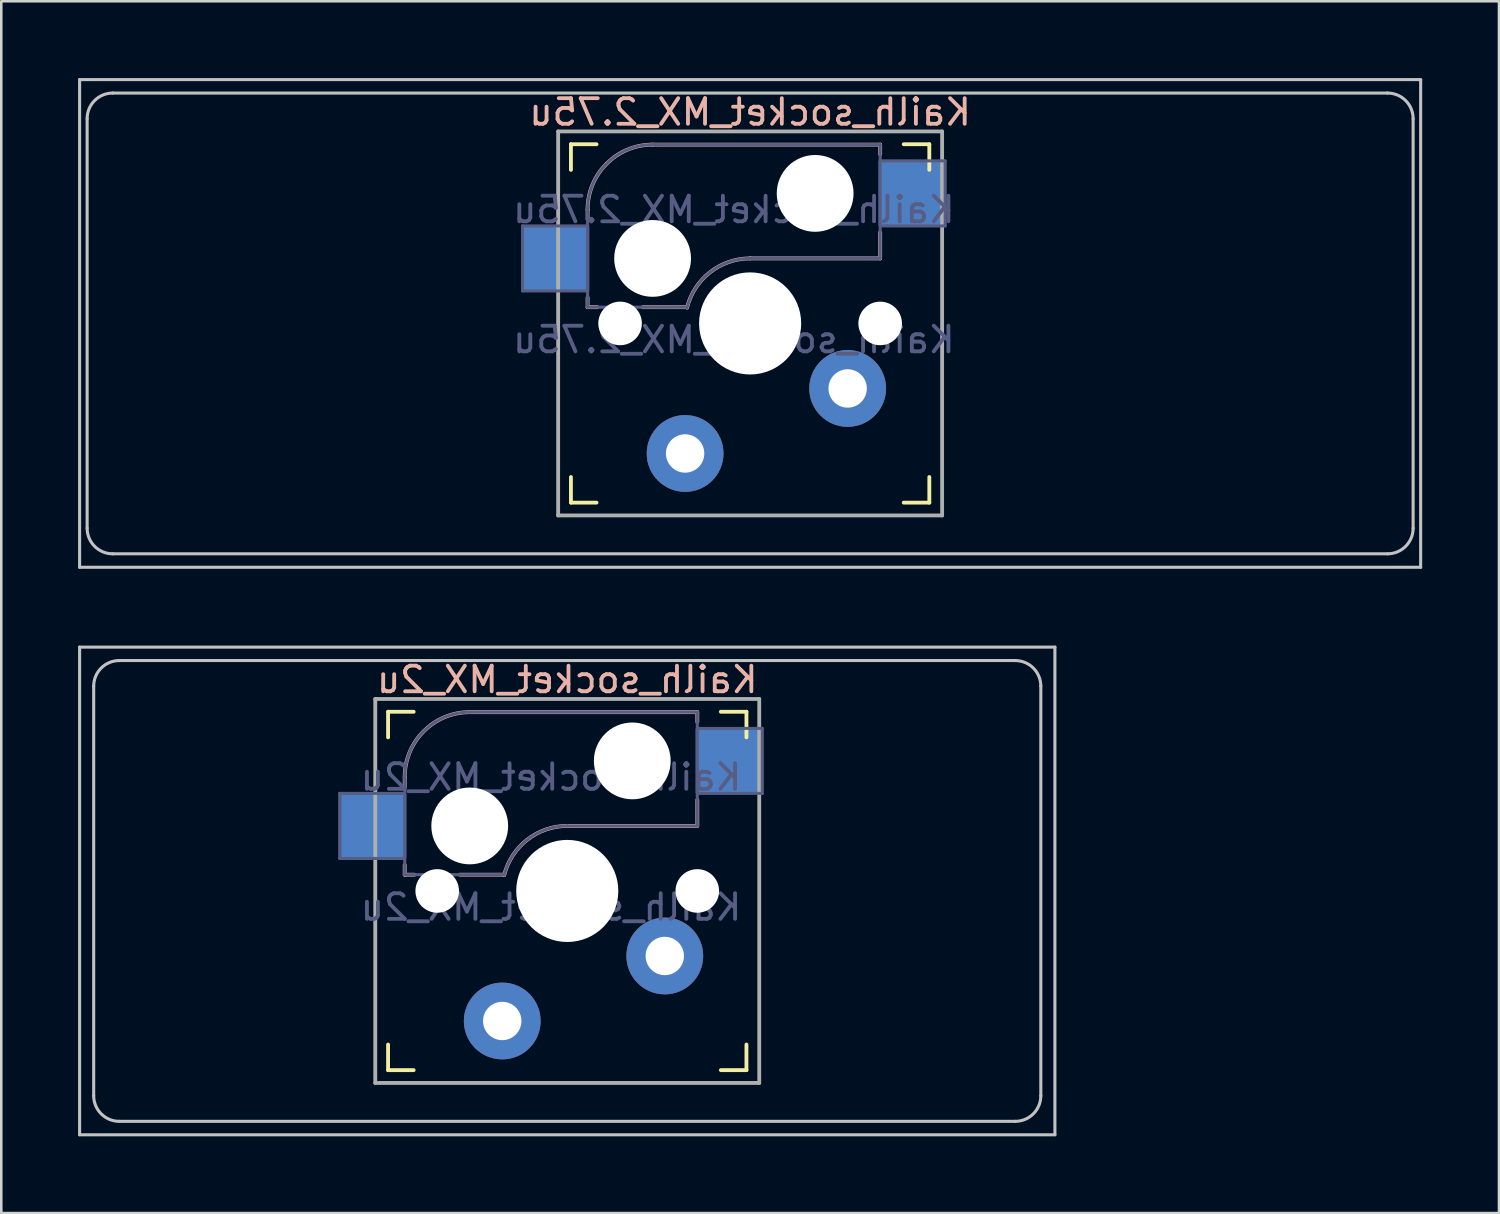
<source format=kicad_pcb>
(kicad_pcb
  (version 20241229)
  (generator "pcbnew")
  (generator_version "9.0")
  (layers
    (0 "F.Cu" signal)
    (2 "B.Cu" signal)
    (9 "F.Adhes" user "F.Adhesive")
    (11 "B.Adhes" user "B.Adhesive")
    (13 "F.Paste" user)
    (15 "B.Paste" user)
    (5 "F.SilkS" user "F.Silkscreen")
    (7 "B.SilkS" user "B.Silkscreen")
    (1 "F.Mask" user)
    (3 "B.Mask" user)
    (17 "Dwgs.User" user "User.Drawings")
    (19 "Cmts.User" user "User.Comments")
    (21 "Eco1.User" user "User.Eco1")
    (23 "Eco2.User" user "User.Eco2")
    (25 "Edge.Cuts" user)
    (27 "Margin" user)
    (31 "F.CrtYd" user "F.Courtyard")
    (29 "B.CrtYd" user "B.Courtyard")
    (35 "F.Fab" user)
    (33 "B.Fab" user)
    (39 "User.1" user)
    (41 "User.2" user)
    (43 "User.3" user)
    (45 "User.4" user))
  (footprint "Kailh_socket_MX_2u"
    (layer "F.Cu")
    (at 19.11 31.755)
    (property "Reference" "Kailh_socket_MX_2u" (at 0 -8.255 0) (layer "B.SilkS") (effects (font (size 1 1) (thickness 0.15)) (justify mirror)))
    (property "Value" "Kailh_socket_MX_2u" (at 0 8.255 0) (layer "F.Fab") (hide yes) (effects (font (size 1 1) (thickness 0.15))))
    (attr smd)
    (fp_line (start -7 -6) (end -7 -7) (stroke (width 0.15) (type solid)) (layer "F.SilkS"))
    (fp_line (start -7 7) (end -7 6) (stroke (width 0.15) (type solid)) (layer "F.SilkS"))
    (fp_line (start -7 7) (end -6 7) (stroke (width 0.15) (type solid)) (layer "F.SilkS"))
    (fp_line (start -6 -7) (end -7 -7) (stroke (width 0.15) (type solid)) (layer "F.SilkS"))
    (fp_line (start 6 7) (end 7 7) (stroke (width 0.15) (type solid)) (layer "F.SilkS"))
    (fp_line (start 7 -7) (end 6 -7) (stroke (width 0.15) (type solid)) (layer "F.SilkS"))
    (fp_line (start 7 -7) (end 7 -6) (stroke (width 0.15) (type solid)) (layer "F.SilkS"))
    (fp_line (start 7 6) (end 7 7) (stroke (width 0.15) (type solid)) (layer "F.SilkS"))
    (fp_line (start -6.35 -4.445) (end -6.35 -4.064) (stroke (width 0.15) (type solid)) (layer "B.SilkS"))
    (fp_line (start -6.35 -1.016) (end -6.35 -0.635) (stroke (width 0.15) (type solid)) (layer "B.SilkS"))
    (fp_line (start -5.969 -0.635) (end -6.35 -0.635) (stroke (width 0.15) (type solid)) (layer "B.SilkS"))
    (fp_line (start -3.81 -6.985) (end 5.08 -6.985) (stroke (width 0.15) (type solid)) (layer "B.SilkS"))
    (fp_line (start -2.464 -0.635) (end -4.191 -0.635) (stroke (width 0.15) (type solid)) (layer "B.SilkS"))
    (fp_line (start 5.08 -6.985) (end 5.08 -6.604) (stroke (width 0.15) (type solid)) (layer "B.SilkS"))
    (fp_line (start 5.08 -3.556) (end 5.08 -2.54) (stroke (width 0.15) (type solid)) (layer "B.SilkS"))
    (fp_line (start 5.08 -2.54) (end 0 -2.54) (stroke (width 0.15) (type solid)) (layer "B.SilkS"))
    (fp_arc (start -6.35 -4.445) (mid -5.606051 -6.241051) (end -3.81 -6.985) (stroke (width 0.15) (type solid)) (layer "B.SilkS"))
    (fp_arc (start -2.464162 -0.61604) (mid -1.563147 -2.002042) (end 0 -2.54) (stroke (width 0.15) (type solid)) (layer "B.SilkS"))
    (fp_line (start -19.05 -9.525) (end 19.05 -9.525) (stroke (width 0.12) (type solid)) (layer "Dwgs.User"))
    (fp_line (start -19.05 9.525) (end -19.05 -9.525) (stroke (width 0.12) (type solid)) (layer "Dwgs.User"))
    (fp_line (start -18.5 8) (end -18.5 -8) (stroke (width 0.12) (type solid)) (layer "Dwgs.User"))
    (fp_line (start -17.5 -9) (end 17.5 -9) (stroke (width 0.12) (type solid)) (layer "Dwgs.User"))
    (fp_line (start -17.5 9) (end 17.5 9) (stroke (width 0.12) (type solid)) (layer "Dwgs.User"))
    (fp_line (start 18.5 8) (end 18.5 -8) (stroke (width 0.12) (type solid)) (layer "Dwgs.User"))
    (fp_line (start 19.05 -9.525) (end 19.05 9.525) (stroke (width 0.12) (type solid)) (layer "Dwgs.User"))
    (fp_line (start 19.05 9.525) (end -19.05 9.525) (stroke (width 0.12) (type solid)) (layer "Dwgs.User"))
    (fp_arc (start -18.5 -8) (mid -18.207107 -8.707107) (end -17.5 -9) (stroke (width 0.12) (type solid)) (layer "Dwgs.User"))
    (fp_arc (start -17.5 9) (mid -18.207107 8.707107) (end -18.5 8) (stroke (width 0.12) (type solid)) (layer "Dwgs.User"))
    (fp_arc (start 17.5 -9) (mid 18.207107 -8.707107) (end 18.5 -8) (stroke (width 0.12) (type solid)) (layer "Dwgs.User"))
    (fp_arc (start 18.5 8) (mid 18.207107 8.707107) (end 17.5 9) (stroke (width 0.12) (type solid)) (layer "Dwgs.User"))
    (fp_line (start -6.9 6.9) (end -6.9 -6.9) (stroke (width 0.15) (type solid)) (layer "Eco2.User"))
    (fp_line (start -6.9 6.9) (end 6.9 6.9) (stroke (width 0.15) (type solid)) (layer "Eco2.User"))
    (fp_line (start 6.9 -6.9) (end -6.9 -6.9) (stroke (width 0.15) (type solid)) (layer "Eco2.User"))
    (fp_line (start 6.9 -6.9) (end 6.9 6.9) (stroke (width 0.15) (type solid)) (layer "Eco2.User"))
    (fp_line (start -8.89 -3.81) (end -6.35 -3.81) (stroke (width 0.12) (type solid)) (layer "B.Fab"))
    (fp_line (start -8.89 -1.27) (end -8.89 -3.81) (stroke (width 0.12) (type solid)) (layer "B.Fab"))
    (fp_line (start -6.35 -1.27) (end -8.89 -1.27) (stroke (width 0.12) (type solid)) (layer "B.Fab"))
    (fp_line (start -6.35 -0.635) (end -6.35 -4.445) (stroke (width 0.12) (type solid)) (layer "B.Fab"))
    (fp_line (start -6.35 -0.635) (end -2.54 -0.635) (stroke (width 0.12) (type solid)) (layer "B.Fab"))
    (fp_line (start -3.81 -6.985) (end 5.08 -6.985) (stroke (width 0.12) (type solid)) (layer "B.Fab"))
    (fp_line (start 5.08 -6.985) (end 5.08 -2.54) (stroke (width 0.12) (type solid)) (layer "B.Fab"))
    (fp_line (start 5.08 -6.35) (end 7.62 -6.35) (stroke (width 0.12) (type solid)) (layer "B.Fab"))
    (fp_line (start 5.08 -2.54) (end 0 -2.54) (stroke (width 0.12) (type solid)) (layer "B.Fab"))
    (fp_line (start 7.62 -6.35) (end 7.62 -3.81) (stroke (width 0.12) (type solid)) (layer "B.Fab"))
    (fp_line (start 7.62 -3.81) (end 5.08 -3.81) (stroke (width 0.12) (type solid)) (layer "B.Fab"))
    (fp_arc (start -6.35 -4.445) (mid -5.606051 -6.241051) (end -3.81 -6.985) (stroke (width 0.12) (type solid)) (layer "B.Fab"))
    (fp_arc (start -2.464162 -0.61604) (mid -1.563147 -2.002042) (end 0 -2.54) (stroke (width 0.12) (type solid)) (layer "B.Fab"))
    (fp_line (start -7.5 -7.5) (end 7.5 -7.5) (stroke (width 0.15) (type solid)) (layer "F.Fab"))
    (fp_line (start -7.5 7.5) (end -7.5 -7.5) (stroke (width 0.15) (type solid)) (layer "F.Fab"))
    (fp_line (start 7.5 -7.5) (end 7.5 7.5) (stroke (width 0.15) (type solid)) (layer "F.Fab"))
    (fp_line (start 7.5 7.5) (end -7.5 7.5) (stroke (width 0.15) (type solid)) (layer "F.Fab"))
    (fp_text user "${VALUE}" (at -0.635 0.635 0) (layer "B.Fab") (effects (font (size 1 1) (thickness 0.15)) (justify mirror)))
    (fp_text user "${REFERENCE}" (at -0.635 -4.445 0) (layer "B.Fab") (effects (font (size 1 1) (thickness 0.15)) (justify mirror)))
    (pad "" np_thru_hole circle (at -5.08 0) (size 1.702 1.702) (drill 1.702) (layers "*.Cu" "*.Mask"))
    (pad "" np_thru_hole circle (at -3.81 -2.54) (size 3 3) (drill 3) (layers "*.Cu" "*.Mask"))
    (pad "" np_thru_hole circle (at 0 0) (size 3.988 3.988) (drill 3.988) (layers "*.Cu" "*.Mask"))
    (pad "" np_thru_hole circle (at 2.54 -5.08) (size 3 3) (drill 3) (layers "*.Cu" "*.Mask"))
    (pad "" np_thru_hole circle (at 5.08 0) (size 1.702 1.702) (drill 1.702) (layers "*.Cu" "*.Mask"))
    (pad "1" thru_hole circle (at 3.81 2.54) (size 3 3) (drill 1.499) (layers "*.Cu" "*.Mask"))
    (pad "1" smd rect (at 6.29 -5.08) (size 2.55 2.5) (layers "B.Cu" "B.Mask" "B.Paste"))
    (pad "2" smd rect (at -7.56 -2.54) (size 2.55 2.5) (layers "B.Cu" "B.Mask" "B.Paste"))
    (pad "2" thru_hole circle (at -2.54 5.08) (size 3 3) (drill 1.499) (layers "*.Cu" "*.Mask")))
  (footprint "Kailh_socket_MX_2.75u"
    (layer "F.Cu")
    (at 26.254 9.585)
    (property "Reference" "Kailh_socket_MX_2.75u" (at 0 -8.255 0) (layer "B.SilkS") (effects (font (size 1 1) (thickness 0.15)) (justify mirror)))
    (property "Value" "Kailh_socket_MX_2.75u" (at 0 8.255 0) (layer "F.Fab") (hide yes) (effects (font (size 1 1) (thickness 0.15))))
    (attr smd)
    (fp_line (start -7 -6) (end -7 -7) (stroke (width 0.15) (type solid)) (layer "F.SilkS"))
    (fp_line (start -7 7) (end -7 6) (stroke (width 0.15) (type solid)) (layer "F.SilkS"))
    (fp_line (start -7 7) (end -6 7) (stroke (width 0.15) (type solid)) (layer "F.SilkS"))
    (fp_line (start -6 -7) (end -7 -7) (stroke (width 0.15) (type solid)) (layer "F.SilkS"))
    (fp_line (start 6 7) (end 7 7) (stroke (width 0.15) (type solid)) (layer "F.SilkS"))
    (fp_line (start 7 -7) (end 6 -7) (stroke (width 0.15) (type solid)) (layer "F.SilkS"))
    (fp_line (start 7 -7) (end 7 -6) (stroke (width 0.15) (type solid)) (layer "F.SilkS"))
    (fp_line (start 7 6) (end 7 7) (stroke (width 0.15) (type solid)) (layer "F.SilkS"))
    (fp_line (start -6.35 -4.445) (end -6.35 -4.064) (stroke (width 0.15) (type solid)) (layer "B.SilkS"))
    (fp_line (start -6.35 -1.016) (end -6.35 -0.635) (stroke (width 0.15) (type solid)) (layer "B.SilkS"))
    (fp_line (start -5.969 -0.635) (end -6.35 -0.635) (stroke (width 0.15) (type solid)) (layer "B.SilkS"))
    (fp_line (start -3.81 -6.985) (end 5.08 -6.985) (stroke (width 0.15) (type solid)) (layer "B.SilkS"))
    (fp_line (start -2.464 -0.635) (end -4.191 -0.635) (stroke (width 0.15) (type solid)) (layer "B.SilkS"))
    (fp_line (start 5.08 -6.985) (end 5.08 -6.604) (stroke (width 0.15) (type solid)) (layer "B.SilkS"))
    (fp_line (start 5.08 -3.556) (end 5.08 -2.54) (stroke (width 0.15) (type solid)) (layer "B.SilkS"))
    (fp_line (start 5.08 -2.54) (end 0 -2.54) (stroke (width 0.15) (type solid)) (layer "B.SilkS"))
    (fp_arc (start -6.35 -4.445) (mid -5.606051 -6.241051) (end -3.81 -6.985) (stroke (width 0.15) (type solid)) (layer "B.SilkS"))
    (fp_arc (start -2.464162 -0.61604) (mid -1.563147 -2.002042) (end 0 -2.54) (stroke (width 0.15) (type solid)) (layer "B.SilkS"))
    (fp_line (start -26.194 -9.525) (end 26.194 -9.525) (stroke (width 0.12) (type solid)) (layer "Dwgs.User"))
    (fp_line (start -26.194 9.525) (end -26.194 -9.525) (stroke (width 0.12) (type solid)) (layer "Dwgs.User"))
    (fp_line (start -25.9 8) (end -25.9 -8) (stroke (width 0.12) (type solid)) (layer "Dwgs.User"))
    (fp_line (start -24.9 -9) (end 24.9 -9) (stroke (width 0.12) (type solid)) (layer "Dwgs.User"))
    (fp_line (start -24.9 9) (end 24.9 9) (stroke (width 0.12) (type solid)) (layer "Dwgs.User"))
    (fp_line (start 25.9 8) (end 25.9 -8) (stroke (width 0.12) (type solid)) (layer "Dwgs.User"))
    (fp_line (start 26.194 -9.525) (end 26.194 9.525) (stroke (width 0.12) (type solid)) (layer "Dwgs.User"))
    (fp_line (start 26.194 9.525) (end -26.194 9.525) (stroke (width 0.12) (type solid)) (layer "Dwgs.User"))
    (fp_arc (start -25.9 -8) (mid -25.607107 -8.707107) (end -24.9 -9) (stroke (width 0.12) (type solid)) (layer "Dwgs.User"))
    (fp_arc (start -24.9 9) (mid -25.607107 8.707107) (end -25.9 8) (stroke (width 0.12) (type solid)) (layer "Dwgs.User"))
    (fp_arc (start 24.9 -9) (mid 25.607107 -8.707107) (end 25.9 -8) (stroke (width 0.12) (type solid)) (layer "Dwgs.User"))
    (fp_arc (start 25.9 8) (mid 25.607107 8.707107) (end 24.9 9) (stroke (width 0.12) (type solid)) (layer "Dwgs.User"))
    (fp_line (start -6.9 6.9) (end -6.9 -6.9) (stroke (width 0.15) (type solid)) (layer "Eco2.User"))
    (fp_line (start -6.9 6.9) (end 6.9 6.9) (stroke (width 0.15) (type solid)) (layer "Eco2.User"))
    (fp_line (start 6.9 -6.9) (end -6.9 -6.9) (stroke (width 0.15) (type solid)) (layer "Eco2.User"))
    (fp_line (start 6.9 -6.9) (end 6.9 6.9) (stroke (width 0.15) (type solid)) (layer "Eco2.User"))
    (fp_line (start -8.89 -3.81) (end -6.35 -3.81) (stroke (width 0.12) (type solid)) (layer "B.Fab"))
    (fp_line (start -8.89 -1.27) (end -8.89 -3.81) (stroke (width 0.12) (type solid)) (layer "B.Fab"))
    (fp_line (start -6.35 -1.27) (end -8.89 -1.27) (stroke (width 0.12) (type solid)) (layer "B.Fab"))
    (fp_line (start -6.35 -0.635) (end -6.35 -4.445) (stroke (width 0.12) (type solid)) (layer "B.Fab"))
    (fp_line (start -6.35 -0.635) (end -2.54 -0.635) (stroke (width 0.12) (type solid)) (layer "B.Fab"))
    (fp_line (start -3.81 -6.985) (end 5.08 -6.985) (stroke (width 0.12) (type solid)) (layer "B.Fab"))
    (fp_line (start 5.08 -6.985) (end 5.08 -2.54) (stroke (width 0.12) (type solid)) (layer "B.Fab"))
    (fp_line (start 5.08 -6.35) (end 7.62 -6.35) (stroke (width 0.12) (type solid)) (layer "B.Fab"))
    (fp_line (start 5.08 -2.54) (end 0 -2.54) (stroke (width 0.12) (type solid)) (layer "B.Fab"))
    (fp_line (start 7.62 -6.35) (end 7.62 -3.81) (stroke (width 0.12) (type solid)) (layer "B.Fab"))
    (fp_line (start 7.62 -3.81) (end 5.08 -3.81) (stroke (width 0.12) (type solid)) (layer "B.Fab"))
    (fp_arc (start -6.35 -4.445) (mid -5.606051 -6.241051) (end -3.81 -6.985) (stroke (width 0.12) (type solid)) (layer "B.Fab"))
    (fp_arc (start -2.464162 -0.61604) (mid -1.563147 -2.002042) (end 0 -2.54) (stroke (width 0.12) (type solid)) (layer "B.Fab"))
    (fp_line (start -7.5 -7.5) (end 7.5 -7.5) (stroke (width 0.15) (type solid)) (layer "F.Fab"))
    (fp_line (start -7.5 7.5) (end -7.5 -7.5) (stroke (width 0.15) (type solid)) (layer "F.Fab"))
    (fp_line (start 7.5 -7.5) (end 7.5 7.5) (stroke (width 0.15) (type solid)) (layer "F.Fab"))
    (fp_line (start 7.5 7.5) (end -7.5 7.5) (stroke (width 0.15) (type solid)) (layer "F.Fab"))
    (fp_text user "${REFERENCE}" (at -0.635 -4.445 0) (layer "B.Fab") (effects (font (size 1 1) (thickness 0.15)) (justify mirror)))
    (fp_text user "${VALUE}" (at -0.635 0.635 0) (layer "B.Fab") (effects (font (size 1 1) (thickness 0.15)) (justify mirror)))
    (pad "" np_thru_hole circle (at -5.08 0) (size 1.702 1.702) (drill 1.702) (layers "*.Cu" "*.Mask"))
    (pad "" np_thru_hole circle (at -3.81 -2.54) (size 3 3) (drill 3) (layers "*.Cu" "*.Mask"))
    (pad "" np_thru_hole circle (at 0 0) (size 3.988 3.988) (drill 3.988) (layers "*.Cu" "*.Mask"))
    (pad "" np_thru_hole circle (at 2.54 -5.08) (size 3 3) (drill 3) (layers "*.Cu" "*.Mask"))
    (pad "" np_thru_hole circle (at 5.08 0) (size 1.702 1.702) (drill 1.702) (layers "*.Cu" "*.Mask"))
    (pad "1" thru_hole circle (at 3.81 2.54) (size 3 3) (drill 1.499) (layers "*.Cu" "*.Mask"))
    (pad "1" smd rect (at 6.29 -5.08) (size 2.55 2.5) (layers "B.Cu" "B.Mask" "B.Paste"))
    (pad "2" smd rect (at -7.56 -2.54) (size 2.55 2.5) (layers "B.Cu" "B.Mask" "B.Paste"))
    (pad "2" thru_hole circle (at -2.54 5.08) (size 3 3) (drill 1.499) (layers "*.Cu" "*.Mask")))
  (gr_rect
    (start -3 -3)
    (end 55.508 44.34)
    (stroke (width 0.1) (type default))
    (fill no)
    (layer "Edge.Cuts")))
</source>
